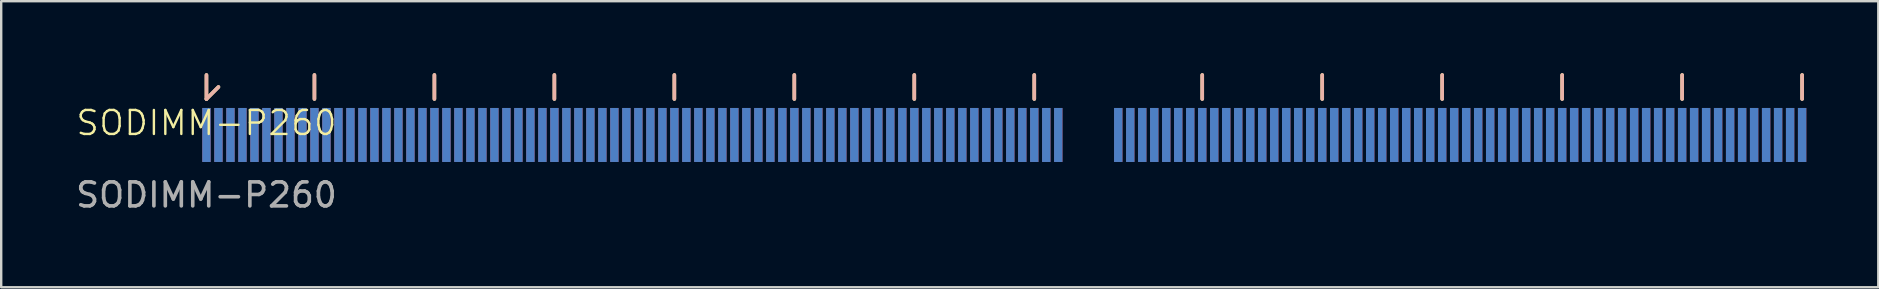
<source format=kicad_pcb>
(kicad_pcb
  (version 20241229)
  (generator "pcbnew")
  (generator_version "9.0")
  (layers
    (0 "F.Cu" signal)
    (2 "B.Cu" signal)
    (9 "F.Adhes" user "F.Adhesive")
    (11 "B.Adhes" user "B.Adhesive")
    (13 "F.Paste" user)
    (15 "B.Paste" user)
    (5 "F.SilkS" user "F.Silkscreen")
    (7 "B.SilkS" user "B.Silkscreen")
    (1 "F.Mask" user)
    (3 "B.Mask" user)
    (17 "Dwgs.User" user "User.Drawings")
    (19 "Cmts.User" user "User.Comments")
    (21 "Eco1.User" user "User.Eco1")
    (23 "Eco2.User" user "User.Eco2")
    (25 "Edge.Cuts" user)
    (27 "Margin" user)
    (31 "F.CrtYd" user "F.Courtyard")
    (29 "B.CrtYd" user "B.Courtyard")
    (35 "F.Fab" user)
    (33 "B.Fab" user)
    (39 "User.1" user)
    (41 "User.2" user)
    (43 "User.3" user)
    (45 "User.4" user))
  (footprint "SODIMM-P260"
    (layer "F.Cu")
    (at 5.554 2.575)
    (property "Reference" "SODIMM-P260" (at 0 -0.5 0) (unlocked yes) (layer "F.SilkS") (effects (font (size 1 1) (thickness 0.1))))
    (fp_line (start 0 -1.5) (end 0 -2.5) (stroke (width 0.15) (type default)) (layer "F.SilkS"))
    (fp_line (start 0 -1.5) (end 0.5 -2) (stroke (width 0.15) (type default)) (layer "F.SilkS"))
    (fp_line (start 4.5 -1.5) (end 4.5 -2.5) (stroke (width 0.15) (type default)) (layer "F.SilkS"))
    (fp_line (start 9.5 -1.5) (end 9.5 -2.5) (stroke (width 0.15) (type default)) (layer "F.SilkS"))
    (fp_line (start 14.5 -1.5) (end 14.5 -2.5) (stroke (width 0.15) (type default)) (layer "F.SilkS"))
    (fp_line (start 19.5 -1.5) (end 19.5 -2.5) (stroke (width 0.15) (type default)) (layer "F.SilkS"))
    (fp_line (start 24.5 -1.5) (end 24.5 -2.5) (stroke (width 0.15) (type default)) (layer "F.SilkS"))
    (fp_line (start 29.5 -1.5) (end 29.5 -2.5) (stroke (width 0.15) (type default)) (layer "F.SilkS"))
    (fp_line (start 34.5 -1.5) (end 34.5 -2.5) (stroke (width 0.15) (type default)) (layer "F.SilkS"))
    (fp_line (start 41.5 -1.5) (end 41.5 -2.5) (stroke (width 0.15) (type default)) (layer "F.SilkS"))
    (fp_line (start 46.5 -1.5) (end 46.5 -2.5) (stroke (width 0.15) (type default)) (layer "F.SilkS"))
    (fp_line (start 51.5 -1.5) (end 51.5 -2.5) (stroke (width 0.15) (type default)) (layer "F.SilkS"))
    (fp_line (start 56.5 -1.5) (end 56.5 -2.5) (stroke (width 0.15) (type default)) (layer "F.SilkS"))
    (fp_line (start 61.5 -1.5) (end 61.5 -2.5) (stroke (width 0.15) (type default)) (layer "F.SilkS"))
    (fp_line (start 66.5 -1.5) (end 66.5 -2.5) (stroke (width 0.15) (type default)) (layer "F.SilkS"))
    (fp_line (start 0 -1.5) (end 0 -2.5) (stroke (width 0.15) (type default)) (layer "B.SilkS"))
    (fp_line (start 0 -1.5) (end 0.5 -2) (stroke (width 0.15) (type default)) (layer "B.SilkS"))
    (fp_line (start 4.5 -1.5) (end 4.5 -2.5) (stroke (width 0.15) (type default)) (layer "B.SilkS"))
    (fp_line (start 9.5 -1.5) (end 9.5 -2.5) (stroke (width 0.15) (type default)) (layer "B.SilkS"))
    (fp_line (start 14.5 -1.5) (end 14.5 -2.5) (stroke (width 0.15) (type default)) (layer "B.SilkS"))
    (fp_line (start 19.5 -1.5) (end 19.5 -2.5) (stroke (width 0.15) (type default)) (layer "B.SilkS"))
    (fp_line (start 24.5 -1.5) (end 24.5 -2.5) (stroke (width 0.15) (type default)) (layer "B.SilkS"))
    (fp_line (start 29.5 -1.5) (end 29.5 -2.5) (stroke (width 0.15) (type default)) (layer "B.SilkS"))
    (fp_line (start 34.5 -1.5) (end 34.5 -2.5) (stroke (width 0.15) (type default)) (layer "B.SilkS"))
    (fp_line (start 41.5 -1.5) (end 41.5 -2.5) (stroke (width 0.15) (type default)) (layer "B.SilkS"))
    (fp_line (start 46.5 -1.5) (end 46.5 -2.5) (stroke (width 0.15) (type default)) (layer "B.SilkS"))
    (fp_line (start 51.5 -1.5) (end 51.5 -2.5) (stroke (width 0.15) (type default)) (layer "B.SilkS"))
    (fp_line (start 56.5 -1.5) (end 56.5 -2.5) (stroke (width 0.15) (type default)) (layer "B.SilkS"))
    (fp_line (start 61.5 -1.5) (end 61.5 -2.5) (stroke (width 0.15) (type default)) (layer "B.SilkS"))
    (fp_line (start 66.5 -1.5) (end 66.5 -2.5) (stroke (width 0.15) (type default)) (layer "B.SilkS"))
    (fp_text user "${REFERENCE}" (at 0 2.5 0) (unlocked yes) (layer "F.Fab") (effects (font (size 1 1) (thickness 0.15))))
    (pad "1" connect rect (at 0 0) (size 0.35 2.25) (layers "F.Cu" "F.Mask"))
    (pad "2" connect rect (at 0 0) (size 0.35 2.25) (layers "B.Cu" "B.Mask"))
    (pad "3" connect rect (at 0.5 0) (size 0.35 2.25) (layers "F.Cu" "F.Mask"))
    (pad "4" connect rect (at 0.5 0) (size 0.35 2.25) (layers "B.Cu" "B.Mask"))
    (pad "5" connect rect (at 1 0) (size 0.35 2.25) (layers "F.Cu" "F.Mask"))
    (pad "6" connect rect (at 1 0) (size 0.35 2.25) (layers "B.Cu" "B.Mask"))
    (pad "7" connect rect (at 1.5 0) (size 0.35 2.25) (layers "F.Cu" "F.Mask"))
    (pad "8" connect rect (at 1.5 0) (size 0.35 2.25) (layers "B.Cu" "B.Mask"))
    (pad "9" connect rect (at 2 0) (size 0.35 2.25) (layers "F.Cu" "F.Mask"))
    (pad "10" connect rect (at 2 0) (size 0.35 2.25) (layers "B.Cu" "B.Mask"))
    (pad "11" connect rect (at 2.5 0) (size 0.35 2.25) (layers "F.Cu" "F.Mask"))
    (pad "12" connect rect (at 2.5 0) (size 0.35 2.25) (layers "B.Cu" "B.Mask"))
    (pad "13" connect rect (at 3 0) (size 0.35 2.25) (layers "F.Cu" "F.Mask"))
    (pad "14" connect rect (at 3 0) (size 0.35 2.25) (layers "B.Cu" "B.Mask"))
    (pad "15" connect rect (at 3.5 0) (size 0.35 2.25) (layers "F.Cu" "F.Mask"))
    (pad "16" connect rect (at 3.5 0) (size 0.35 2.25) (layers "B.Cu" "B.Mask"))
    (pad "17" connect rect (at 4 0) (size 0.35 2.25) (layers "F.Cu" "F.Mask"))
    (pad "18" connect rect (at 4 0) (size 0.35 2.25) (layers "B.Cu" "B.Mask"))
    (pad "19" connect rect (at 4.5 0) (size 0.35 2.25) (layers "F.Cu" "F.Mask"))
    (pad "20" connect rect (at 4.5 0) (size 0.35 2.25) (layers "B.Cu" "B.Mask"))
    (pad "21" connect rect (at 5 0) (size 0.35 2.25) (layers "F.Cu" "F.Mask"))
    (pad "22" connect rect (at 5 0) (size 0.35 2.25) (layers "B.Cu" "B.Mask"))
    (pad "23" connect rect (at 5.5 0) (size 0.35 2.25) (layers "F.Cu" "F.Mask"))
    (pad "24" connect rect (at 5.5 0) (size 0.35 2.25) (layers "B.Cu" "B.Mask"))
    (pad "25" connect rect (at 6 0) (size 0.35 2.25) (layers "F.Cu" "F.Mask"))
    (pad "26" connect rect (at 6 0) (size 0.35 2.25) (layers "B.Cu" "B.Mask"))
    (pad "27" connect rect (at 6.5 0) (size 0.35 2.25) (layers "F.Cu" "F.Mask"))
    (pad "28" connect rect (at 6.5 0) (size 0.35 2.25) (layers "B.Cu" "B.Mask"))
    (pad "29" connect rect (at 7 0) (size 0.35 2.25) (layers "F.Cu" "F.Mask"))
    (pad "30" connect rect (at 7 0) (size 0.35 2.25) (layers "B.Cu" "B.Mask"))
    (pad "31" connect rect (at 7.5 0) (size 0.35 2.25) (layers "F.Cu" "F.Mask"))
    (pad "32" connect rect (at 7.5 0) (size 0.35 2.25) (layers "B.Cu" "B.Mask"))
    (pad "33" connect rect (at 8 0) (size 0.35 2.25) (layers "F.Cu" "F.Mask"))
    (pad "34" connect rect (at 8 0) (size 0.35 2.25) (layers "B.Cu" "B.Mask"))
    (pad "35" connect rect (at 8.5 0) (size 0.35 2.25) (layers "F.Cu" "F.Mask"))
    (pad "36" connect rect (at 8.5 0) (size 0.35 2.25) (layers "B.Cu" "B.Mask"))
    (pad "37" connect rect (at 9 0) (size 0.35 2.25) (layers "F.Cu" "F.Mask"))
    (pad "38" connect rect (at 9 0) (size 0.35 2.25) (layers "B.Cu" "B.Mask"))
    (pad "39" connect rect (at 9.5 0) (size 0.35 2.25) (layers "F.Cu" "F.Mask"))
    (pad "40" connect rect (at 9.5 0) (size 0.35 2.25) (layers "B.Cu" "B.Mask"))
    (pad "41" connect rect (at 10 0) (size 0.35 2.25) (layers "F.Cu" "F.Mask"))
    (pad "42" connect rect (at 10 0) (size 0.35 2.25) (layers "B.Cu" "B.Mask"))
    (pad "43" connect rect (at 10.5 0) (size 0.35 2.25) (layers "F.Cu" "F.Mask"))
    (pad "44" connect rect (at 10.5 0) (size 0.35 2.25) (layers "B.Cu" "B.Mask"))
    (pad "45" connect rect (at 11 0) (size 0.35 2.25) (layers "F.Cu" "F.Mask"))
    (pad "46" connect rect (at 11 0) (size 0.35 2.25) (layers "B.Cu" "B.Mask"))
    (pad "47" connect rect (at 11.5 0) (size 0.35 2.25) (layers "F.Cu" "F.Mask"))
    (pad "48" connect rect (at 11.5 0) (size 0.35 2.25) (layers "B.Cu" "B.Mask"))
    (pad "49" connect rect (at 12 0) (size 0.35 2.25) (layers "F.Cu" "F.Mask"))
    (pad "50" connect rect (at 12 0) (size 0.35 2.25) (layers "B.Cu" "B.Mask"))
    (pad "51" connect rect (at 12.5 0) (size 0.35 2.25) (layers "F.Cu" "F.Mask"))
    (pad "52" connect rect (at 12.5 0) (size 0.35 2.25) (layers "B.Cu" "B.Mask"))
    (pad "53" connect rect (at 13 0) (size 0.35 2.25) (layers "F.Cu" "F.Mask"))
    (pad "54" connect rect (at 13 0) (size 0.35 2.25) (layers "B.Cu" "B.Mask"))
    (pad "55" connect rect (at 13.5 0) (size 0.35 2.25) (layers "F.Cu" "F.Mask"))
    (pad "56" connect rect (at 13.5 0) (size 0.35 2.25) (layers "B.Cu" "B.Mask"))
    (pad "57" connect rect (at 14 0) (size 0.35 2.25) (layers "F.Cu" "F.Mask"))
    (pad "58" connect rect (at 14 0) (size 0.35 2.25) (layers "B.Cu" "B.Mask"))
    (pad "59" connect rect (at 14.5 0) (size 0.35 2.25) (layers "F.Cu" "F.Mask"))
    (pad "60" connect rect (at 14.5 0) (size 0.35 2.25) (layers "B.Cu" "B.Mask"))
    (pad "61" connect rect (at 15 0) (size 0.35 2.25) (layers "F.Cu" "F.Mask"))
    (pad "62" connect rect (at 15 0) (size 0.35 2.25) (layers "B.Cu" "B.Mask"))
    (pad "63" connect rect (at 15.5 0) (size 0.35 2.25) (layers "F.Cu" "F.Mask"))
    (pad "64" connect rect (at 15.5 0) (size 0.35 2.25) (layers "B.Cu" "B.Mask"))
    (pad "65" connect rect (at 16 0) (size 0.35 2.25) (layers "F.Cu" "F.Mask"))
    (pad "66" connect rect (at 16 0) (size 0.35 2.25) (layers "B.Cu" "B.Mask"))
    (pad "67" connect rect (at 16.5 0) (size 0.35 2.25) (layers "F.Cu" "F.Mask"))
    (pad "68" connect rect (at 16.5 0) (size 0.35 2.25) (layers "B.Cu" "B.Mask"))
    (pad "69" connect rect (at 17 0) (size 0.35 2.25) (layers "F.Cu" "F.Mask"))
    (pad "70" connect rect (at 17 0) (size 0.35 2.25) (layers "B.Cu" "B.Mask"))
    (pad "71" connect rect (at 17.5 0) (size 0.35 2.25) (layers "F.Cu" "F.Mask"))
    (pad "72" connect rect (at 17.5 0) (size 0.35 2.25) (layers "B.Cu" "B.Mask"))
    (pad "73" connect rect (at 18 0) (size 0.35 2.25) (layers "F.Cu" "F.Mask"))
    (pad "74" connect rect (at 18 0) (size 0.35 2.25) (layers "B.Cu" "B.Mask"))
    (pad "75" connect rect (at 18.5 0) (size 0.35 2.25) (layers "F.Cu" "F.Mask"))
    (pad "76" connect rect (at 18.5 0) (size 0.35 2.25) (layers "B.Cu" "B.Mask"))
    (pad "77" connect rect (at 19 0) (size 0.35 2.25) (layers "F.Cu" "F.Mask"))
    (pad "78" connect rect (at 19 0) (size 0.35 2.25) (layers "B.Cu" "B.Mask"))
    (pad "79" connect rect (at 19.5 0) (size 0.35 2.25) (layers "F.Cu" "F.Mask"))
    (pad "80" connect rect (at 19.5 0) (size 0.35 2.25) (layers "B.Cu" "B.Mask"))
    (pad "81" connect rect (at 20 0) (size 0.35 2.25) (layers "F.Cu" "F.Mask"))
    (pad "82" connect rect (at 20 0) (size 0.35 2.25) (layers "B.Cu" "B.Mask"))
    (pad "83" connect rect (at 20.5 0) (size 0.35 2.25) (layers "F.Cu" "F.Mask"))
    (pad "84" connect rect (at 20.5 0) (size 0.35 2.25) (layers "B.Cu" "B.Mask"))
    (pad "85" connect rect (at 21 0) (size 0.35 2.25) (layers "F.Cu" "F.Mask"))
    (pad "86" connect rect (at 21 0) (size 0.35 2.25) (layers "B.Cu" "B.Mask"))
    (pad "87" connect rect (at 21.5 0) (size 0.35 2.25) (layers "F.Cu" "F.Mask"))
    (pad "88" connect rect (at 21.5 0) (size 0.35 2.25) (layers "B.Cu" "B.Mask"))
    (pad "89" connect rect (at 22 0) (size 0.35 2.25) (layers "F.Cu" "F.Mask"))
    (pad "90" connect rect (at 22 0) (size 0.35 2.25) (layers "B.Cu" "B.Mask"))
    (pad "91" connect rect (at 22.5 0) (size 0.35 2.25) (layers "F.Cu" "F.Mask"))
    (pad "92" connect rect (at 22.5 0) (size 0.35 2.25) (layers "B.Cu" "B.Mask"))
    (pad "93" connect rect (at 23 0) (size 0.35 2.25) (layers "F.Cu" "F.Mask"))
    (pad "94" connect rect (at 23 0) (size 0.35 2.25) (layers "B.Cu" "B.Mask"))
    (pad "95" connect rect (at 23.5 0) (size 0.35 2.25) (layers "F.Cu" "F.Mask"))
    (pad "96" connect rect (at 23.5 0) (size 0.35 2.25) (layers "B.Cu" "B.Mask"))
    (pad "97" connect rect (at 24 0) (size 0.35 2.25) (layers "F.Cu" "F.Mask"))
    (pad "98" connect rect (at 24 0) (size 0.35 2.25) (layers "B.Cu" "B.Mask"))
    (pad "99" connect rect (at 24.5 0) (size 0.35 2.25) (layers "F.Cu" "F.Mask"))
    (pad "100" connect rect (at 24.5 0) (size 0.35 2.25) (layers "B.Cu" "B.Mask"))
    (pad "101" connect rect (at 25 0) (size 0.35 2.25) (layers "F.Cu" "F.Mask"))
    (pad "102" connect rect (at 25 0) (size 0.35 2.25) (layers "B.Cu" "B.Mask"))
    (pad "103" connect rect (at 25.5 0) (size 0.35 2.25) (layers "F.Cu" "F.Mask"))
    (pad "104" connect rect (at 25.5 0) (size 0.35 2.25) (layers "B.Cu" "B.Mask"))
    (pad "105" connect rect (at 26 0) (size 0.35 2.25) (layers "F.Cu" "F.Mask"))
    (pad "106" connect rect (at 26 0) (size 0.35 2.25) (layers "B.Cu" "B.Mask"))
    (pad "107" connect rect (at 26.5 0) (size 0.35 2.25) (layers "F.Cu" "F.Mask"))
    (pad "108" connect rect (at 26.5 0) (size 0.35 2.25) (layers "B.Cu" "B.Mask"))
    (pad "109" connect rect (at 27 0) (size 0.35 2.25) (layers "F.Cu" "F.Mask"))
    (pad "110" connect rect (at 27 0) (size 0.35 2.25) (layers "B.Cu" "B.Mask"))
    (pad "111" connect rect (at 27.5 0) (size 0.35 2.25) (layers "F.Cu" "F.Mask"))
    (pad "112" connect rect (at 27.5 0) (size 0.35 2.25) (layers "B.Cu" "B.Mask"))
    (pad "113" connect rect (at 28 0) (size 0.35 2.25) (layers "F.Cu" "F.Mask"))
    (pad "114" connect rect (at 28 0) (size 0.35 2.25) (layers "B.Cu" "B.Mask"))
    (pad "115" connect rect (at 28.5 0) (size 0.35 2.25) (layers "F.Cu" "F.Mask"))
    (pad "116" connect rect (at 28.5 0) (size 0.35 2.25) (layers "B.Cu" "B.Mask"))
    (pad "117" connect rect (at 29 0) (size 0.35 2.25) (layers "F.Cu" "F.Mask"))
    (pad "118" connect rect (at 29 0) (size 0.35 2.25) (layers "B.Cu" "B.Mask"))
    (pad "119" connect rect (at 29.5 0) (size 0.35 2.25) (layers "F.Cu" "F.Mask"))
    (pad "120" connect rect (at 29.5 0) (size 0.35 2.25) (layers "B.Cu" "B.Mask"))
    (pad "121" connect rect (at 30 0) (size 0.35 2.25) (layers "F.Cu" "F.Mask"))
    (pad "122" connect rect (at 30 0) (size 0.35 2.25) (layers "B.Cu" "B.Mask"))
    (pad "123" connect rect (at 30.5 0) (size 0.35 2.25) (layers "F.Cu" "F.Mask"))
    (pad "124" connect rect (at 30.5 0) (size 0.35 2.25) (layers "B.Cu" "B.Mask"))
    (pad "125" connect rect (at 31 0) (size 0.35 2.25) (layers "F.Cu" "F.Mask"))
    (pad "126" connect rect (at 31 0) (size 0.35 2.25) (layers "B.Cu" "B.Mask"))
    (pad "127" connect rect (at 31.5 0) (size 0.35 2.25) (layers "F.Cu" "F.Mask"))
    (pad "128" connect rect (at 31.5 0) (size 0.35 2.25) (layers "B.Cu" "B.Mask"))
    (pad "129" connect rect (at 32 0) (size 0.35 2.25) (layers "F.Cu" "F.Mask"))
    (pad "130" connect rect (at 32 0) (size 0.35 2.25) (layers "B.Cu" "B.Mask"))
    (pad "131" connect rect (at 32.5 0) (size 0.35 2.25) (layers "F.Cu" "F.Mask"))
    (pad "132" connect rect (at 32.5 0) (size 0.35 2.25) (layers "B.Cu" "B.Mask"))
    (pad "133" connect rect (at 33 0) (size 0.35 2.25) (layers "F.Cu" "F.Mask"))
    (pad "134" connect rect (at 33 0) (size 0.35 2.25) (layers "B.Cu" "B.Mask"))
    (pad "135" connect rect (at 33.5 0) (size 0.35 2.25) (layers "F.Cu" "F.Mask"))
    (pad "136" connect rect (at 33.5 0) (size 0.35 2.25) (layers "B.Cu" "B.Mask"))
    (pad "137" connect rect (at 34 0) (size 0.35 2.25) (layers "F.Cu" "F.Mask"))
    (pad "138" connect rect (at 34 0) (size 0.35 2.25) (layers "B.Cu" "B.Mask"))
    (pad "139" connect rect (at 34.5 0) (size 0.35 2.25) (layers "F.Cu" "F.Mask"))
    (pad "140" connect rect (at 34.5 0) (size 0.35 2.25) (layers "B.Cu" "B.Mask"))
    (pad "141" connect rect (at 35 0) (size 0.35 2.25) (layers "F.Cu" "F.Mask"))
    (pad "142" connect rect (at 35 0) (size 0.35 2.25) (layers "B.Cu" "B.Mask"))
    (pad "143" connect rect (at 35.5 0) (size 0.35 2.25) (layers "F.Cu" "F.Mask"))
    (pad "144" connect rect (at 35.5 0) (size 0.35 2.25) (layers "B.Cu" "B.Mask"))
    (pad "145" connect rect (at 38 0) (size 0.35 2.25) (layers "F.Cu" "F.Mask"))
    (pad "146" connect rect (at 38 0) (size 0.35 2.25) (layers "B.Cu" "B.Mask"))
    (pad "147" connect rect (at 38.5 0) (size 0.35 2.25) (layers "F.Cu" "F.Mask"))
    (pad "148" connect rect (at 38.5 0) (size 0.35 2.25) (layers "B.Cu" "B.Mask"))
    (pad "149" connect rect (at 39 0) (size 0.35 2.25) (layers "F.Cu" "F.Mask"))
    (pad "150" connect rect (at 39 0) (size 0.35 2.25) (layers "B.Cu" "B.Mask"))
    (pad "151" connect rect (at 39.5 0) (size 0.35 2.25) (layers "F.Cu" "F.Mask"))
    (pad "152" connect rect (at 39.5 0) (size 0.35 2.25) (layers "B.Cu" "B.Mask"))
    (pad "153" connect rect (at 40 0) (size 0.35 2.25) (layers "F.Cu" "F.Mask"))
    (pad "154" connect rect (at 40 0) (size 0.35 2.25) (layers "B.Cu" "B.Mask"))
    (pad "155" connect rect (at 40.5 0) (size 0.35 2.25) (layers "F.Cu" "F.Mask"))
    (pad "156" connect rect (at 40.5 0) (size 0.35 2.25) (layers "B.Cu" "B.Mask"))
    (pad "157" connect rect (at 41 0) (size 0.35 2.25) (layers "F.Cu" "F.Mask"))
    (pad "158" connect rect (at 41 0) (size 0.35 2.25) (layers "B.Cu" "B.Mask"))
    (pad "159" connect rect (at 41.5 0) (size 0.35 2.25) (layers "F.Cu" "F.Mask"))
    (pad "160" connect rect (at 41.5 0) (size 0.35 2.25) (layers "B.Cu" "B.Mask"))
    (pad "161" connect rect (at 42 0) (size 0.35 2.25) (layers "F.Cu" "F.Mask"))
    (pad "162" connect rect (at 42 0) (size 0.35 2.25) (layers "B.Cu" "B.Mask"))
    (pad "163" connect rect (at 42.5 0) (size 0.35 2.25) (layers "F.Cu" "F.Mask"))
    (pad "164" connect rect (at 42.5 0) (size 0.35 2.25) (layers "B.Cu" "B.Mask"))
    (pad "165" connect rect (at 43 0) (size 0.35 2.25) (layers "F.Cu" "F.Mask"))
    (pad "166" connect rect (at 43 0) (size 0.35 2.25) (layers "B.Cu" "B.Mask"))
    (pad "167" connect rect (at 43.5 0) (size 0.35 2.25) (layers "F.Cu" "F.Mask"))
    (pad "168" connect rect (at 43.5 0) (size 0.35 2.25) (layers "B.Cu" "B.Mask"))
    (pad "169" connect rect (at 44 0) (size 0.35 2.25) (layers "F.Cu" "F.Mask"))
    (pad "170" connect rect (at 44 0) (size 0.35 2.25) (layers "B.Cu" "B.Mask"))
    (pad "171" connect rect (at 44.5 0) (size 0.35 2.25) (layers "F.Cu" "F.Mask"))
    (pad "172" connect rect (at 44.5 0) (size 0.35 2.25) (layers "B.Cu" "B.Mask"))
    (pad "173" connect rect (at 45 0) (size 0.35 2.25) (layers "F.Cu" "F.Mask"))
    (pad "174" connect rect (at 45 0) (size 0.35 2.25) (layers "B.Cu" "B.Mask"))
    (pad "175" connect rect (at 45.5 0) (size 0.35 2.25) (layers "F.Cu" "F.Mask"))
    (pad "176" connect rect (at 45.5 0) (size 0.35 2.25) (layers "B.Cu" "B.Mask"))
    (pad "177" connect rect (at 46 0) (size 0.35 2.25) (layers "F.Cu" "F.Mask"))
    (pad "178" connect rect (at 46 0) (size 0.35 2.25) (layers "B.Cu" "B.Mask"))
    (pad "179" connect rect (at 46.5 0) (size 0.35 2.25) (layers "F.Cu" "F.Mask"))
    (pad "180" connect rect (at 46.5 0) (size 0.35 2.25) (layers "B.Cu" "B.Mask"))
    (pad "181" connect rect (at 47 0) (size 0.35 2.25) (layers "F.Cu" "F.Mask"))
    (pad "182" connect rect (at 47 0) (size 0.35 2.25) (layers "B.Cu" "B.Mask"))
    (pad "183" connect rect (at 47.5 0) (size 0.35 2.25) (layers "F.Cu" "F.Mask"))
    (pad "184" connect rect (at 47.5 0) (size 0.35 2.25) (layers "B.Cu" "B.Mask"))
    (pad "185" connect rect (at 48 0) (size 0.35 2.25) (layers "F.Cu" "F.Mask"))
    (pad "186" connect rect (at 48 0) (size 0.35 2.25) (layers "B.Cu" "B.Mask"))
    (pad "187" connect rect (at 48.5 0) (size 0.35 2.25) (layers "F.Cu" "F.Mask"))
    (pad "188" connect rect (at 48.5 0) (size 0.35 2.25) (layers "B.Cu" "B.Mask"))
    (pad "189" connect rect (at 49 0) (size 0.35 2.25) (layers "F.Cu" "F.Mask"))
    (pad "190" connect rect (at 49 0) (size 0.35 2.25) (layers "B.Cu" "B.Mask"))
    (pad "191" connect rect (at 49.5 0) (size 0.35 2.25) (layers "F.Cu" "F.Mask"))
    (pad "192" connect rect (at 49.5 0) (size 0.35 2.25) (layers "B.Cu" "B.Mask"))
    (pad "193" connect rect (at 50 0) (size 0.35 2.25) (layers "F.Cu" "F.Mask"))
    (pad "194" connect rect (at 50 0) (size 0.35 2.25) (layers "B.Cu" "B.Mask"))
    (pad "195" connect rect (at 50.5 0) (size 0.35 2.25) (layers "F.Cu" "F.Mask"))
    (pad "196" connect rect (at 50.5 0) (size 0.35 2.25) (layers "B.Cu" "B.Mask"))
    (pad "197" connect rect (at 51 0) (size 0.35 2.25) (layers "F.Cu" "F.Mask"))
    (pad "198" connect rect (at 51 0) (size 0.35 2.25) (layers "B.Cu" "B.Mask"))
    (pad "199" connect rect (at 51.5 0) (size 0.35 2.25) (layers "F.Cu" "F.Mask"))
    (pad "200" connect rect (at 51.5 0) (size 0.35 2.25) (layers "B.Cu" "B.Mask"))
    (pad "201" connect rect (at 52 0) (size 0.35 2.25) (layers "F.Cu" "F.Mask"))
    (pad "202" connect rect (at 52 0) (size 0.35 2.25) (layers "B.Cu" "B.Mask"))
    (pad "203" connect rect (at 52.5 0) (size 0.35 2.25) (layers "F.Cu" "F.Mask"))
    (pad "204" connect rect (at 52.5 0) (size 0.35 2.25) (layers "B.Cu" "B.Mask"))
    (pad "205" connect rect (at 53 0) (size 0.35 2.25) (layers "F.Cu" "F.Mask"))
    (pad "206" connect rect (at 53 0) (size 0.35 2.25) (layers "B.Cu" "B.Mask"))
    (pad "207" connect rect (at 53.5 0) (size 0.35 2.25) (layers "F.Cu" "F.Mask"))
    (pad "208" connect rect (at 53.5 0) (size 0.35 2.25) (layers "B.Cu" "B.Mask"))
    (pad "209" connect rect (at 54 0) (size 0.35 2.25) (layers "F.Cu" "F.Mask"))
    (pad "210" connect rect (at 54 0) (size 0.35 2.25) (layers "B.Cu" "B.Mask"))
    (pad "211" connect rect (at 54.5 0) (size 0.35 2.25) (layers "F.Cu" "F.Mask"))
    (pad "212" connect rect (at 54.5 0) (size 0.35 2.25) (layers "B.Cu" "B.Mask"))
    (pad "213" connect rect (at 55 0) (size 0.35 2.25) (layers "F.Cu" "F.Mask"))
    (pad "214" connect rect (at 55 0) (size 0.35 2.25) (layers "B.Cu" "B.Mask"))
    (pad "215" connect rect (at 55.5 0) (size 0.35 2.25) (layers "F.Cu" "F.Mask"))
    (pad "216" connect rect (at 55.5 0) (size 0.35 2.25) (layers "B.Cu" "B.Mask"))
    (pad "217" connect rect (at 56 0) (size 0.35 2.25) (layers "F.Cu" "F.Mask"))
    (pad "218" connect rect (at 56 0) (size 0.35 2.25) (layers "B.Cu" "B.Mask"))
    (pad "219" connect rect (at 56.5 0) (size 0.35 2.25) (layers "F.Cu" "F.Mask"))
    (pad "220" connect rect (at 56.5 0) (size 0.35 2.25) (layers "B.Cu" "B.Mask"))
    (pad "221" connect rect (at 57 0) (size 0.35 2.25) (layers "F.Cu" "F.Mask"))
    (pad "222" connect rect (at 57 0) (size 0.35 2.25) (layers "B.Cu" "B.Mask"))
    (pad "223" connect rect (at 57.5 0) (size 0.35 2.25) (layers "F.Cu" "F.Mask"))
    (pad "224" connect rect (at 57.5 0) (size 0.35 2.25) (layers "B.Cu" "B.Mask"))
    (pad "225" connect rect (at 58 0) (size 0.35 2.25) (layers "F.Cu" "F.Mask"))
    (pad "226" connect rect (at 58 0) (size 0.35 2.25) (layers "B.Cu" "B.Mask"))
    (pad "227" connect rect (at 58.5 0) (size 0.35 2.25) (layers "F.Cu" "F.Mask"))
    (pad "228" connect rect (at 58.5 0) (size 0.35 2.25) (layers "B.Cu" "B.Mask"))
    (pad "229" connect rect (at 59 0) (size 0.35 2.25) (layers "F.Cu" "F.Mask"))
    (pad "230" connect rect (at 59 0) (size 0.35 2.25) (layers "B.Cu" "B.Mask"))
    (pad "231" connect rect (at 59.5 0) (size 0.35 2.25) (layers "F.Cu" "F.Mask"))
    (pad "232" connect rect (at 59.5 0) (size 0.35 2.25) (layers "B.Cu" "B.Mask"))
    (pad "233" connect rect (at 60 0) (size 0.35 2.25) (layers "F.Cu" "F.Mask"))
    (pad "234" connect rect (at 60 0) (size 0.35 2.25) (layers "B.Cu" "B.Mask"))
    (pad "235" connect rect (at 60.5 0) (size 0.35 2.25) (layers "F.Cu" "F.Mask"))
    (pad "236" connect rect (at 60.5 0) (size 0.35 2.25) (layers "B.Cu" "B.Mask"))
    (pad "237" connect rect (at 61 0) (size 0.35 2.25) (layers "F.Cu" "F.Mask"))
    (pad "238" connect rect (at 61 0) (size 0.35 2.25) (layers "B.Cu" "B.Mask"))
    (pad "239" connect rect (at 61.5 0) (size 0.35 2.25) (layers "F.Cu" "F.Mask"))
    (pad "240" connect rect (at 61.5 0) (size 0.35 2.25) (layers "B.Cu" "B.Mask"))
    (pad "241" connect rect (at 62 0) (size 0.35 2.25) (layers "F.Cu" "F.Mask"))
    (pad "242" connect rect (at 62 0) (size 0.35 2.25) (layers "B.Cu" "B.Mask"))
    (pad "243" connect rect (at 62.5 0) (size 0.35 2.25) (layers "F.Cu" "F.Mask"))
    (pad "244" connect rect (at 62.5 0) (size 0.35 2.25) (layers "B.Cu" "B.Mask"))
    (pad "245" connect rect (at 63 0) (size 0.35 2.25) (layers "F.Cu" "F.Mask"))
    (pad "246" connect rect (at 63 0) (size 0.35 2.25) (layers "B.Cu" "B.Mask"))
    (pad "247" connect rect (at 63.5 0) (size 0.35 2.25) (layers "F.Cu" "F.Mask"))
    (pad "248" connect rect (at 63.5 0) (size 0.35 2.25) (layers "B.Cu" "B.Mask"))
    (pad "249" connect rect (at 64 0) (size 0.35 2.25) (layers "F.Cu" "F.Mask"))
    (pad "250" connect rect (at 64 0) (size 0.35 2.25) (layers "B.Cu" "B.Mask"))
    (pad "251" connect rect (at 64.5 0) (size 0.35 2.25) (layers "F.Cu" "F.Mask"))
    (pad "252" connect rect (at 64.5 0) (size 0.35 2.25) (layers "B.Cu" "B.Mask"))
    (pad "253" connect rect (at 65 0) (size 0.35 2.25) (layers "F.Cu" "F.Mask"))
    (pad "254" connect rect (at 65 0) (size 0.35 2.25) (layers "B.Cu" "B.Mask"))
    (pad "255" connect rect (at 65.5 0) (size 0.35 2.25) (layers "F.Cu" "F.Mask"))
    (pad "256" connect rect (at 65.5 0) (size 0.35 2.25) (layers "B.Cu" "B.Mask"))
    (pad "257" connect rect (at 66 0) (size 0.35 2.25) (layers "F.Cu" "F.Mask"))
    (pad "258" connect rect (at 66 0) (size 0.35 2.25) (layers "B.Cu" "B.Mask"))
    (pad "259" connect rect (at 66.5 0) (size 0.35 2.25) (layers "F.Cu" "F.Mask"))
    (pad "260" connect rect (at 66.5 0) (size 0.35 2.25) (layers "B.Cu" "B.Mask")))
  (gr_rect
    (start -3 -3)
    (end 75.229 8.923)
    (stroke (width 0.1) (type default))
    (fill no)
    (layer "Edge.Cuts")))
</source>
